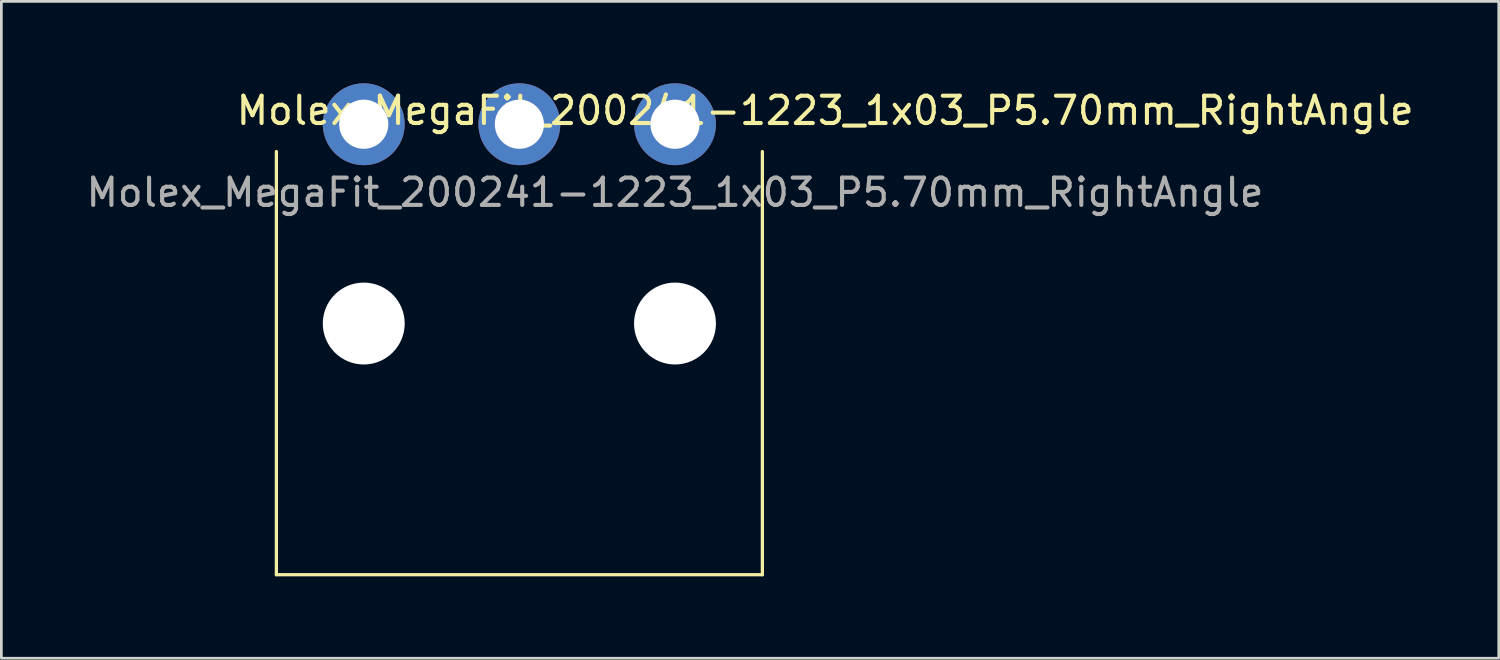
<source format=kicad_pcb>
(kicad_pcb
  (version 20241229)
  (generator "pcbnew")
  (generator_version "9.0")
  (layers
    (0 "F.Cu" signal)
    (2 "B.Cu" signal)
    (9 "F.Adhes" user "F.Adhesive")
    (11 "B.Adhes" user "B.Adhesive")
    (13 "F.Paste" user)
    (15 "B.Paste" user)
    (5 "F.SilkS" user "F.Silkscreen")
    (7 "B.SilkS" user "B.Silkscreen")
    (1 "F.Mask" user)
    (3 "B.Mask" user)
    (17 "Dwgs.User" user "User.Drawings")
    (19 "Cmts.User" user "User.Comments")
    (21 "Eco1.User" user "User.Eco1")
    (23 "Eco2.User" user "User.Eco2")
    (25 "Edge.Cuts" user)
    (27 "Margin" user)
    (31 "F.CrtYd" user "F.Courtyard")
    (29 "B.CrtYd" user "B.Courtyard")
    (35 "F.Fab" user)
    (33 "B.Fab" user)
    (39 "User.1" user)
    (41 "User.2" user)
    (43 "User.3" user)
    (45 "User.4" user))
  (footprint "Molex_MegaFit_200241-1223_1x03_P5.70mm_RightAngle"
    (layer "F.Cu")
    (at 21.673 1.5)
    (property "Reference" "Molex_MegaFit_200241-1223_1x03_P5.70mm_RightAngle" (at 5.5 -0.5 0) (unlocked yes) (layer "F.SilkS") (effects (font (size 1 1) (thickness 0.15))))
    (attr through_hole)
    (fp_line (start -14.6 16.5) (end -14.6 1) (stroke (width 0.12) (type default)) (layer "F.SilkS"))
    (fp_line (start 3.2 1) (end 3.2 16.5) (stroke (width 0.12) (type default)) (layer "F.SilkS"))
    (fp_line (start 3.2 16.5) (end -14.6 16.5) (stroke (width 0.12) (type default)) (layer "F.SilkS"))
    (fp_text user "${REFERENCE}" (at 0 2.5 0) (unlocked yes) (layer "F.Fab") (effects (font (size 1 1) (thickness 0.15))))
    (pad "" np_thru_hole circle (at -11.4 7.3) (size 3 3) (drill 3.1) (layers "*.Cu" "*.Mask"))
    (pad "" np_thru_hole circle (at 0 7.3) (size 3 3) (drill 3.1) (layers "*.Cu" "*.Mask"))
    (pad "1" thru_hole circle (at 0 0) (size 3 3) (drill 1.8) (layers "*.Cu" "*.Mask"))
    (pad "2" thru_hole circle (at -5.7 0) (size 3 3) (drill 1.8) (layers "*.Cu" "*.Mask"))
    (pad "3" thru_hole circle (at -11.4 0) (size 3 3) (drill 1.8) (layers "*.Cu" "*.Mask")))
  (gr_rect
    (start -3 -3)
    (end 51.845 21.06)
    (stroke (width 0.1) (type default))
    (fill no)
    (layer "Edge.Cuts")))
</source>
